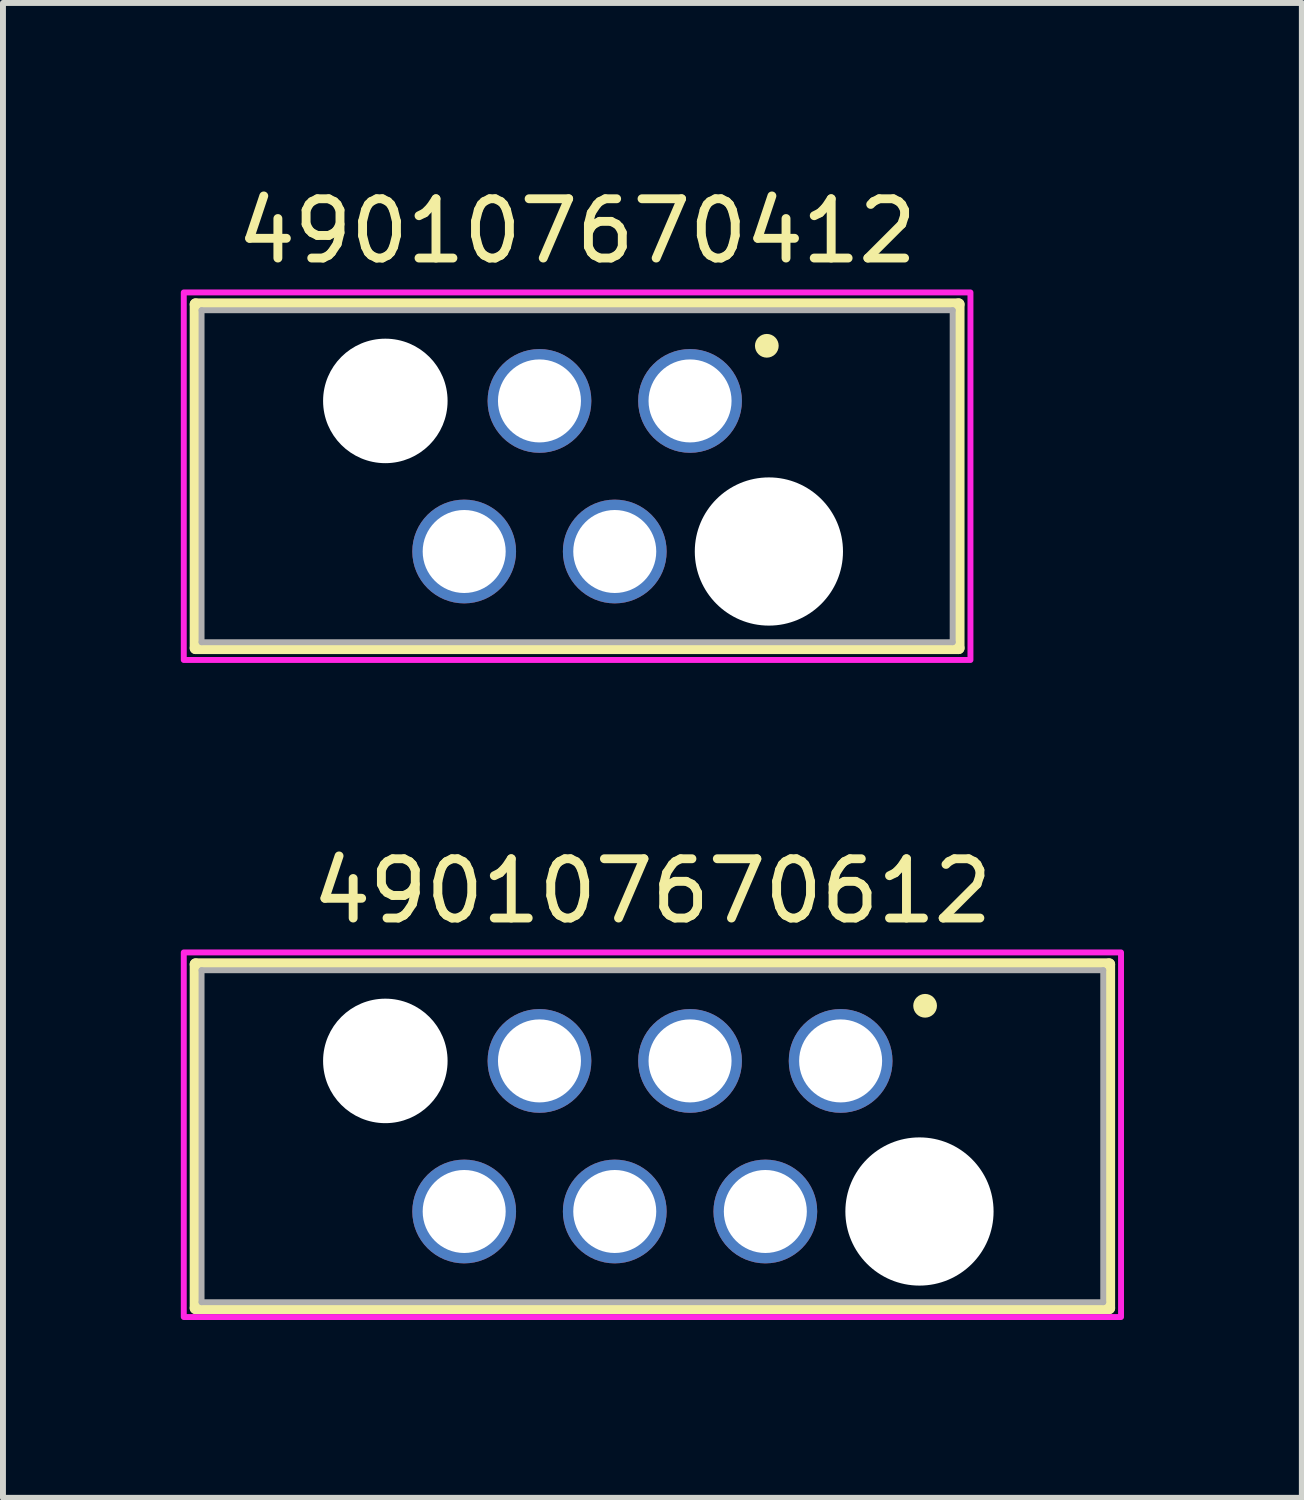
<source format=kicad_pcb>
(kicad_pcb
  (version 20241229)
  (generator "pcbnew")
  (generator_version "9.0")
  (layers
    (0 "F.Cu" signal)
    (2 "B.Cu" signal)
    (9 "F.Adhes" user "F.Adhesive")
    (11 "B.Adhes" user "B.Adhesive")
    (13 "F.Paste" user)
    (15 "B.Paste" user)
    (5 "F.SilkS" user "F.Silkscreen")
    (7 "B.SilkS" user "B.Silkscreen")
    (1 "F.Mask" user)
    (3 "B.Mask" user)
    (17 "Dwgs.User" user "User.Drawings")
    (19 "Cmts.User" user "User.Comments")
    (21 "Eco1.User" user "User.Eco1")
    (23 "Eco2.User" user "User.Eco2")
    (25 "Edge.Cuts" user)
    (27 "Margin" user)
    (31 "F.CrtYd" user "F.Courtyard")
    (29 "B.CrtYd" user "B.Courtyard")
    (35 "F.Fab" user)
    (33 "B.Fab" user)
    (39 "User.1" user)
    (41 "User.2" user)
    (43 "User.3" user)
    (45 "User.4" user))
  (footprint "490107670412"
    (layer "F.Cu")
    (at 6.685 4.983)
    (property "Reference" "490107670412" (at 0 -4.135 0) (layer "F.SilkS") (effects (font (size 1 1) (thickness 0.15))))
    (attr through_hole)
    (fp_line (start -6.435 -2.9) (end 6.435 -2.9) (stroke (width 0.2) (type solid)) (layer "F.SilkS"))
    (fp_line (start -6.435 2.9) (end -6.435 -2.9) (stroke (width 0.2) (type solid)) (layer "F.SilkS"))
    (fp_line (start 6.435 -2.9) (end 6.435 2.9) (stroke (width 0.2) (type solid)) (layer "F.SilkS"))
    (fp_line (start 6.435 2.9) (end -6.435 2.9) (stroke (width 0.2) (type solid)) (layer "F.SilkS"))
    (fp_circle (center 3.2 -2.2) (end 3.3 -2.2) (stroke (width 0.2) (type solid)) (fill no) (layer "F.SilkS"))
    (fp_poly (pts (xy -6.635 -3.1) (xy 6.635 -3.1) (xy 6.635 3.1) (xy -6.635 3.1)) (stroke (width 0.1) (type solid)) (fill no) (layer "F.CrtYd"))
    (fp_line (start -6.335 -2.8) (end 6.335 -2.8) (stroke (width 0.1) (type solid)) (layer "F.Fab"))
    (fp_line (start -6.335 2.8) (end -6.335 -2.8) (stroke (width 0.1) (type solid)) (layer "F.Fab"))
    (fp_line (start 6.335 -2.8) (end 6.335 2.8) (stroke (width 0.1) (type solid)) (layer "F.Fab"))
    (fp_line (start 6.335 2.8) (end -6.335 2.8) (stroke (width 0.1) (type solid)) (layer "F.Fab"))
    (pad "" np_thru_hole circle (at -3.235 -1.27) (size 2.1 2.1) (drill 2.1) (layers "*.Cu" "*.Mask"))
    (pad "" np_thru_hole circle (at 3.235 1.27) (size 2.5 2.5) (drill 2.5) (layers "*.Cu" "*.Mask"))
    (pad "1" thru_hole circle (at 1.905 -1.27) (size 1.75 1.75) (drill 1.4) (layers "*.Cu" "*.Mask"))
    (pad "2" thru_hole circle (at 0.635 1.27) (size 1.75 1.75) (drill 1.4) (layers "*.Cu" "*.Mask"))
    (pad "3" thru_hole circle (at -0.635 -1.27) (size 1.75 1.75) (drill 1.4) (layers "*.Cu" "*.Mask"))
    (pad "4" thru_hole circle (at -1.905 1.27) (size 1.75 1.75) (drill 1.4) (layers "*.Cu" "*.Mask")))
  (footprint "490107670612"
    (layer "F.Cu")
    (at 7.955 16.116)
    (property "Reference" "490107670612" (at 0 -4.135 0) (layer "F.SilkS") (effects (font (size 1 1) (thickness 0.15))))
    (attr through_hole)
    (fp_line (start -7.705 -2.9) (end 7.705 -2.9) (stroke (width 0.2) (type solid)) (layer "F.SilkS"))
    (fp_line (start -7.705 2.9) (end -7.705 -2.9) (stroke (width 0.2) (type solid)) (layer "F.SilkS"))
    (fp_line (start 7.705 -2.9) (end 7.705 2.9) (stroke (width 0.2) (type solid)) (layer "F.SilkS"))
    (fp_line (start 7.705 2.9) (end -7.705 2.9) (stroke (width 0.2) (type solid)) (layer "F.SilkS"))
    (fp_circle (center 4.6 -2.2) (end 4.7 -2.2) (stroke (width 0.2) (type solid)) (fill no) (layer "F.SilkS"))
    (fp_poly (pts (xy -7.905 -3.1) (xy 7.905 -3.1) (xy 7.905 3.05) (xy -7.905 3.05)) (stroke (width 0.1) (type solid)) (fill no) (layer "F.CrtYd"))
    (fp_line (start -7.605 -2.8) (end 7.605 -2.8) (stroke (width 0.1) (type solid)) (layer "F.Fab"))
    (fp_line (start -7.605 2.8) (end -7.605 -2.8) (stroke (width 0.1) (type solid)) (layer "F.Fab"))
    (fp_line (start 7.605 -2.8) (end 7.605 2.8) (stroke (width 0.1) (type solid)) (layer "F.Fab"))
    (fp_line (start 7.605 2.8) (end -7.605 2.8) (stroke (width 0.1) (type solid)) (layer "F.Fab"))
    (pad "" np_thru_hole circle (at -4.505 -1.27) (size 2.1 2.1) (drill 2.1) (layers "*.Cu" "*.Mask"))
    (pad "" np_thru_hole circle (at 4.505 1.27) (size 2.5 2.5) (drill 2.5) (layers "*.Cu" "*.Mask"))
    (pad "1" thru_hole circle (at 3.175 -1.27) (size 1.75 1.75) (drill 1.4) (layers "*.Cu" "*.Mask"))
    (pad "2" thru_hole circle (at 1.905 1.27) (size 1.75 1.75) (drill 1.4) (layers "*.Cu" "*.Mask"))
    (pad "3" thru_hole circle (at 0.635 -1.27) (size 1.75 1.75) (drill 1.4) (layers "*.Cu" "*.Mask"))
    (pad "4" thru_hole circle (at -0.635 1.27) (size 1.75 1.75) (drill 1.4) (layers "*.Cu" "*.Mask"))
    (pad "5" thru_hole circle (at -1.905 -1.27) (size 1.75 1.75) (drill 1.4) (layers "*.Cu" "*.Mask"))
    (pad "6" thru_hole circle (at -3.175 1.27) (size 1.75 1.75) (drill 1.4) (layers "*.Cu" "*.Mask")))
  (gr_rect
    (start -3 -3)
    (end 18.91 22.216)
    (stroke (width 0.1) (type default))
    (fill no)
    (layer "Edge.Cuts")))
</source>
